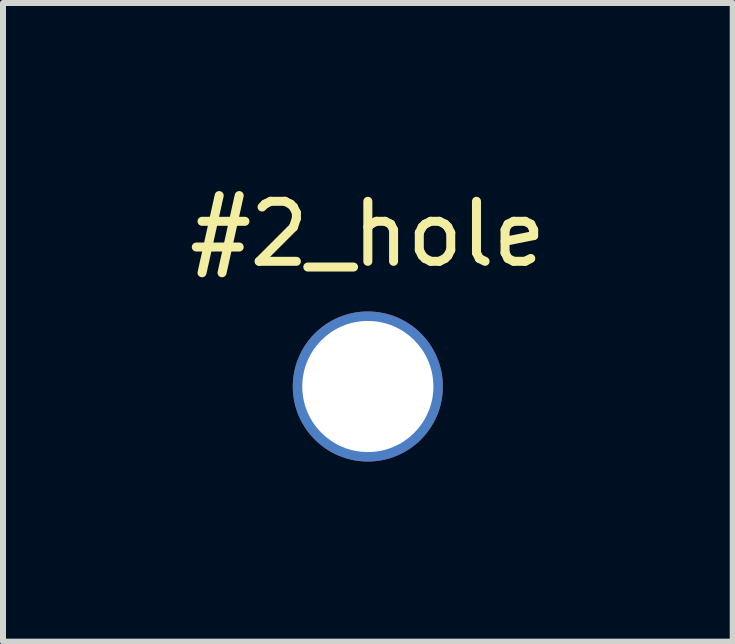
<source format=kicad_pcb>
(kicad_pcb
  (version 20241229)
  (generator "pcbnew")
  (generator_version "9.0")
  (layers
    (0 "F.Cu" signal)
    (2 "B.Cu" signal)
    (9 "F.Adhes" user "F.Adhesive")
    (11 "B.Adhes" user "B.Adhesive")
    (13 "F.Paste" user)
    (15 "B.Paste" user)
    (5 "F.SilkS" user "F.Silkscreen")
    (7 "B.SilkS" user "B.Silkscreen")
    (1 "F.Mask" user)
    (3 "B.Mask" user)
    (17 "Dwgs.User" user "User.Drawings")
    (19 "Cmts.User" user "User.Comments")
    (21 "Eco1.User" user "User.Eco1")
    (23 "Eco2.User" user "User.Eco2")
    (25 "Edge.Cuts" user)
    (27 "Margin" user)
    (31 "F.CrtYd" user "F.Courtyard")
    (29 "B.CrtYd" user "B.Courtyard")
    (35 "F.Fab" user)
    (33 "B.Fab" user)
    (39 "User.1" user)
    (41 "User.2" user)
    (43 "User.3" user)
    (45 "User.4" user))
  (footprint "#2_hole"
    (layer "F.Cu")
    (at 3.077 3.388)
    (property "Reference" "#2_hole" (at 0 -2.54 0) (layer "F.SilkS") (effects (font (size 1 1) (thickness 0.15))))
    (attr through_hole)
    (pad "~" thru_hole circle (at 0 0) (size 2.5 2.5) (drill 2.184) (layers "*.Cu" "*.Mask")))
  (gr_rect
    (start -3 -3)
    (end 9.155 7.638)
    (stroke (width 0.1) (type default))
    (fill no)
    (layer "Edge.Cuts")))
</source>
